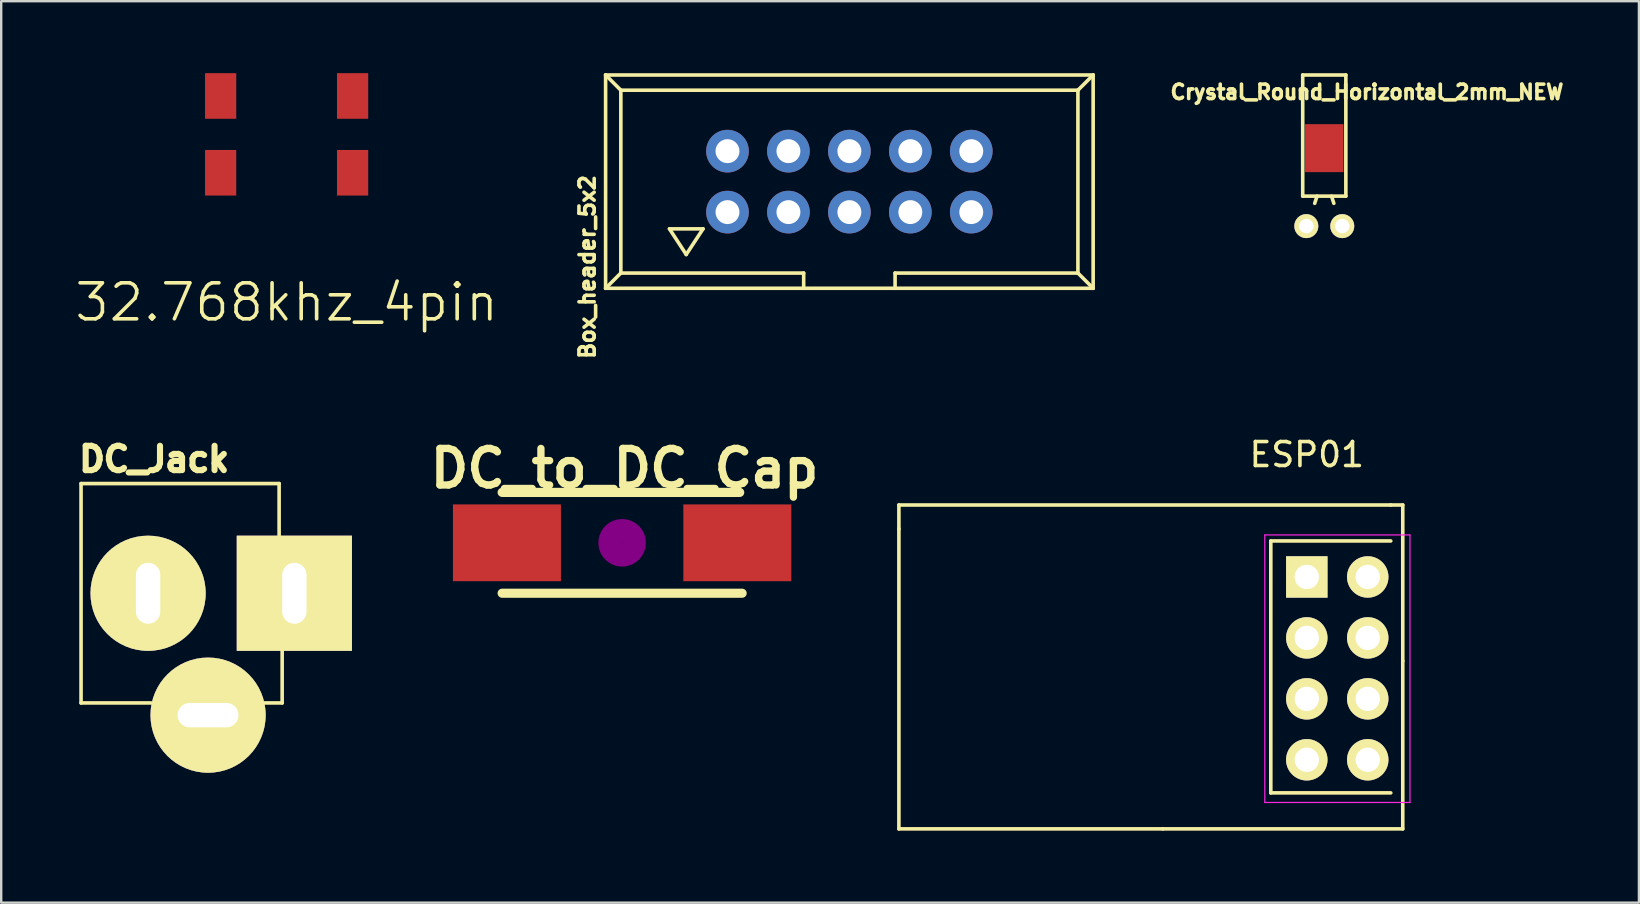
<source format=kicad_pcb>
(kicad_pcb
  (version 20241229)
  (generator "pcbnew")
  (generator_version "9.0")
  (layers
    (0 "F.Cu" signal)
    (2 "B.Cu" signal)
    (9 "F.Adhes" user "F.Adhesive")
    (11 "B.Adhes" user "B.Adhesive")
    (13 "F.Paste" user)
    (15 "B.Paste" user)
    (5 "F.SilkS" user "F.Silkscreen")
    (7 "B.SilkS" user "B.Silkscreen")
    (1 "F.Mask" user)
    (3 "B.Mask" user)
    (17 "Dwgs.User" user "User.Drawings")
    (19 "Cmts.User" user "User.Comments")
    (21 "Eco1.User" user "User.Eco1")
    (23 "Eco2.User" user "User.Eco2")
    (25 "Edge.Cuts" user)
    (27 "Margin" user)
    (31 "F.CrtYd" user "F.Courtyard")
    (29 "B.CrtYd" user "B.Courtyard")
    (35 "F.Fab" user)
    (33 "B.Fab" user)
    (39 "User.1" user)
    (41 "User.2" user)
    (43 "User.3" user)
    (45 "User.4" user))
  (footprint "DC_Jack"
    (layer "F.Cu")
    (at 3.122 21.676)
    (property "Reference" "DC_Jack" (at 0.254 -5.588 0) (layer "F.SilkS") (effects (font (size 1.016 1.016) (thickness 0.254))))
    (attr through_hole)
    (fp_line (start -2.794 -4.572) (end -2.794 4.572) (stroke (width 0.15) (type solid)) (layer "F.SilkS"))
    (fp_line (start -2.794 -4.572) (end 5.461 -4.572) (stroke (width 0.15) (type solid)) (layer "F.SilkS"))
    (fp_line (start -2.794 4.572) (end 0.127 4.572) (stroke (width 0.15) (type solid)) (layer "F.SilkS"))
    (fp_line (start 5.461 -4.572) (end 5.461 -2.413) (stroke (width 0.15) (type solid)) (layer "F.SilkS"))
    (fp_line (start 5.588 2.413) (end 5.588 4.572) (stroke (width 0.15) (type solid)) (layer "F.SilkS"))
    (fp_line (start 5.588 4.572) (end 4.826 4.572) (stroke (width 0.15) (type solid)) (layer "F.SilkS"))
    (pad "1" thru_hole rect (at 6.096 0) (size 4.801 4.801) (drill oval 1.016 2.54) (layers "*.Cu" "*.Mask" "F.SilkS"))
    (pad "2" thru_hole circle (at 0 0) (size 4.801 4.801) (drill oval 1.016 2.54) (layers "*.Cu" "*.Mask" "F.SilkS"))
    (pad "3" thru_hole circle (at 2.5 5.08) (size 4.801 4.801) (drill oval 2.54 1.016) (layers "*.Cu" "*.Mask" "F.SilkS")))
  (footprint "Crystal_Round_Horizontal_2mm_NEW"
    (layer "F.Cu")
    (at 52.143 6.374)
    (property "Reference" "Crystal_Round_Horizontal_2mm_NEW" (at 1.778 -5.588 0) (layer "F.SilkS") (effects (font (size 0.6 0.6) (thickness 0.15))))
    (attr through_hole)
    (fp_line (start -0.899 -6.299) (end -0.899 -1.25) (stroke (width 0.15) (type solid)) (layer "F.SilkS"))
    (fp_line (start -0.3 -1.25) (end -0.399 -0.95) (stroke (width 0.15) (type solid)) (layer "F.SilkS"))
    (fp_line (start 0.3 -1.25) (end 0.399 -0.95) (stroke (width 0.15) (type solid)) (layer "F.SilkS"))
    (fp_line (start 0.899 -6.299) (end -0.899 -6.299) (stroke (width 0.15) (type solid)) (layer "F.SilkS"))
    (fp_line (start 0.899 -1.25) (end -0.899 -1.25) (stroke (width 0.15) (type solid)) (layer "F.SilkS"))
    (fp_line (start 0.899 -1.25) (end 0.899 -6.299) (stroke (width 0.15) (type solid)) (layer "F.SilkS"))
    (pad "" smd rect (at 0 -3.25) (size 1.6 2) (layers "F.Cu" "F.Mask" "F.Paste"))
    (pad "1" thru_hole circle (at -0.749 0) (size 1.001 1.001) (drill 0.599) (layers "*.Cu" "*.Mask" "F.SilkS"))
    (pad "2" thru_hole circle (at 0.749 0) (size 1.001 1.001) (drill 0.599) (layers "*.Cu" "*.Mask" "F.SilkS")))
  (footprint "ESP01"
    (layer "F.Cu")
    (at 51.414 20.996)
    (property "Reference" "ESP01" (at 0 -5.1 0) (layer "F.SilkS") (effects (font (size 1 1) (thickness 0.15))))
    (attr through_hole)
    (fp_line (start -17 -3) (end 3.5 -3) (stroke (width 0.15) (type solid)) (layer "F.SilkS"))
    (fp_line (start -17 -2) (end -17 -3) (stroke (width 0.15) (type solid)) (layer "F.SilkS"))
    (fp_line (start -17 10.5) (end -17 -2) (stroke (width 0.15) (type solid)) (layer "F.SilkS"))
    (fp_line (start -6 10.5) (end -17 10.5) (stroke (width 0.15) (type solid)) (layer "F.SilkS"))
    (fp_line (start -1.5 -1.5) (end -1.5 9) (stroke (width 0.15) (type solid)) (layer "F.SilkS"))
    (fp_line (start -1.5 -1.5) (end 3.5 -1.5) (stroke (width 0.15) (type solid)) (layer "F.SilkS"))
    (fp_line (start -1.5 9) (end 3.5 9) (stroke (width 0.15) (type solid)) (layer "F.SilkS"))
    (fp_line (start 4 -3) (end 3.5 -3) (stroke (width 0.15) (type solid)) (layer "F.SilkS"))
    (fp_line (start 4 3.5) (end 4 -3) (stroke (width 0.15) (type solid)) (layer "F.SilkS"))
    (fp_line (start 4 3.5) (end 4 10.5) (stroke (width 0.15) (type solid)) (layer "F.SilkS"))
    (fp_line (start 4 10.5) (end -6 10.5) (stroke (width 0.15) (type solid)) (layer "F.SilkS"))
    (fp_line (start -1.75 -1.75) (end -1.75 9.4) (stroke (width 0.05) (type solid)) (layer "F.CrtYd"))
    (fp_line (start -1.75 -1.75) (end 4.3 -1.75) (stroke (width 0.05) (type solid)) (layer "F.CrtYd"))
    (fp_line (start -1.75 9.4) (end 4.3 9.4) (stroke (width 0.05) (type solid)) (layer "F.CrtYd"))
    (fp_line (start 4.3 -1.75) (end 4.3 9.4) (stroke (width 0.05) (type solid)) (layer "F.CrtYd"))
    (pad "1" thru_hole rect (at 0 0) (size 1.727 1.727) (drill 1.016) (layers "*.Cu" "*.Mask" "F.SilkS"))
    (pad "2" thru_hole oval (at 2.54 0) (size 1.727 1.727) (drill 1.016) (layers "*.Cu" "*.Mask" "F.SilkS"))
    (pad "3" thru_hole oval (at 0 2.54) (size 1.727 1.727) (drill 1.016) (layers "*.Cu" "*.Mask" "F.SilkS"))
    (pad "4" thru_hole oval (at 2.54 2.54) (size 1.727 1.727) (drill 1.016) (layers "*.Cu" "*.Mask" "F.SilkS"))
    (pad "5" thru_hole oval (at 0 5.08) (size 1.727 1.727) (drill 1.016) (layers "*.Cu" "*.Mask" "F.SilkS"))
    (pad "6" thru_hole oval (at 2.54 5.08) (size 1.727 1.727) (drill 1.016) (layers "*.Cu" "*.Mask" "F.SilkS"))
    (pad "7" thru_hole oval (at 0 7.62) (size 1.727 1.727) (drill 1.016) (layers "*.Cu" "*.Mask" "F.SilkS"))
    (pad "8" thru_hole oval (at 2.54 7.62) (size 1.727 1.727) (drill 1.016) (layers "*.Cu" "*.Mask" "F.SilkS")))
  (footprint "DC_to_DC_Cap"
    (layer "F.Cu")
    (at 22.879 19.573)
    (property "Reference" "DC_to_DC_Cap" (at 0.099 -3.099 0) (layer "F.SilkS") (effects (font (size 1.524 1.524) (thickness 0.305))))
    (attr through_hole)
    (fp_line (start -5.001 2.101) (end 5.001 2.101) (stroke (width 0.381) (type solid)) (layer "F.SilkS"))
    (fp_line (start -1.501 -2.101) (end -5.001 -2.101) (stroke (width 0.381) (type solid)) (layer "F.SilkS"))
    (fp_line (start 4.9 -2.101) (end -1.501 -2.101) (stroke (width 0.381) (type solid)) (layer "F.SilkS"))
    (fp_circle (center 0 0) (end 0.201 0) (stroke (width 0.381) (type solid)) (fill no) (layer "F.Adhes"))
    (fp_circle (center 0 0) (end 0.5 0) (stroke (width 0.381) (type solid)) (fill no) (layer "F.Adhes"))
    (fp_circle (center 0 0) (end 0.8 0) (stroke (width 0.381) (type solid)) (fill no) (layer "F.Adhes"))
    (pad "1" smd rect (at -4.801 0) (size 4.501 3.2) (layers "F.Cu" "F.Mask" "F.Paste"))
    (pad "2" smd rect (at 4.801 0) (size 4.501 3.2) (layers "F.Cu" "F.Mask" "F.Paste")))
  (footprint "32.768khz_4pin"
    (layer "F.Cu")
    (at 8.896 2.55)
    (property "Reference" "32.768khz_4pin" (at 0 7 0) (layer "F.SilkS") (effects (font (size 1.5 1.5) (thickness 0.15))))
    (attr through_hole)
    (pad "1" smd rect (at -2.75 1.6) (size 1.3 1.9) (layers "F.Cu" "F.Mask" "F.Paste"))
    (pad "2" smd rect (at 2.75 1.6) (size 1.3 1.9) (layers "F.Cu" "F.Mask" "F.Paste"))
    (pad "3" smd rect (at 2.75 -1.6) (size 1.3 1.9) (layers "F.Cu" "F.Mask" "F.Paste"))
    (pad "4" smd rect (at -2.75 -1.6) (size 1.3 1.9) (layers "F.Cu" "F.Mask" "F.Paste")))
  (footprint "Box_header_5x2"
    (layer "F.Cu")
    (at 32.35 4.52)
    (property "Reference" "Box_header_5x2" (at -10.922 3.556 90) (layer "F.SilkS") (effects (font (size 0.635 0.635) (thickness 0.15))))
    (attr exclude_from_pos_files exclude_from_bom)
    (fp_line (start -10.16 -4.445) (end -10.16 4.445) (stroke (width 0.15) (type solid)) (layer "F.SilkS"))
    (fp_line (start -10.16 4.445) (end 10.16 4.445) (stroke (width 0.15) (type solid)) (layer "F.SilkS"))
    (fp_line (start -9.525 -3.81) (end -10.16 -4.445) (stroke (width 0.15) (type solid)) (layer "F.SilkS"))
    (fp_line (start -9.525 -3.81) (end -9.525 3.81) (stroke (width 0.15) (type solid)) (layer "F.SilkS"))
    (fp_line (start -9.525 3.81) (end -10.16 4.445) (stroke (width 0.15) (type solid)) (layer "F.SilkS"))
    (fp_line (start -9.525 3.81) (end -1.905 3.81) (stroke (width 0.15) (type solid)) (layer "F.SilkS"))
    (fp_line (start -7.498 1.968) (end -6.8 3.038) (stroke (width 0.15) (type solid)) (layer "F.SilkS"))
    (fp_line (start -6.8 3.038) (end -6.099 1.968) (stroke (width 0.15) (type solid)) (layer "F.SilkS"))
    (fp_line (start -6.099 1.968) (end -7.498 1.968) (stroke (width 0.15) (type solid)) (layer "F.SilkS"))
    (fp_line (start -1.905 3.81) (end -1.905 4.445) (stroke (width 0.15) (type solid)) (layer "F.SilkS"))
    (fp_line (start 1.905 3.81) (end 9.525 3.81) (stroke (width 0.15) (type solid)) (layer "F.SilkS"))
    (fp_line (start 1.905 4.445) (end 1.905 3.81) (stroke (width 0.15) (type solid)) (layer "F.SilkS"))
    (fp_line (start 9.525 -3.81) (end -9.525 -3.81) (stroke (width 0.15) (type solid)) (layer "F.SilkS"))
    (fp_line (start 9.525 -3.81) (end 10.16 -4.445) (stroke (width 0.15) (type solid)) (layer "F.SilkS"))
    (fp_line (start 9.525 3.81) (end 9.525 -3.81) (stroke (width 0.15) (type solid)) (layer "F.SilkS"))
    (fp_line (start 9.525 3.81) (end 10.16 4.445) (stroke (width 0.15) (type solid)) (layer "F.SilkS"))
    (fp_line (start 10.16 -4.445) (end -10.16 -4.445) (stroke (width 0.15) (type solid)) (layer "F.SilkS"))
    (fp_line (start 10.16 -4.445) (end 10.16 4.445) (stroke (width 0.15) (type solid)) (layer "F.SilkS"))
    (pad "1" thru_hole circle (at -5.08 1.27) (size 1.778 1.778) (drill 0.998) (layers "*.Cu" "*.Mask"))
    (pad "2" thru_hole circle (at -5.08 -1.27) (size 1.778 1.778) (drill 0.998) (layers "*.Cu" "*.Mask"))
    (pad "3" thru_hole circle (at -2.54 1.27) (size 1.778 1.778) (drill 0.998) (layers "*.Cu" "*.Mask"))
    (pad "4" thru_hole circle (at -2.54 -1.27) (size 1.778 1.778) (drill 0.998) (layers "*.Cu" "*.Mask"))
    (pad "5" thru_hole circle (at 0 1.27) (size 1.778 1.778) (drill 0.998) (layers "*.Cu" "*.Mask"))
    (pad "6" thru_hole circle (at 0 -1.27) (size 1.778 1.778) (drill 0.998) (layers "*.Cu" "*.Mask"))
    (pad "7" thru_hole circle (at 2.54 1.27) (size 1.778 1.778) (drill 0.998) (layers "*.Cu" "*.Mask"))
    (pad "8" thru_hole circle (at 2.54 -1.27) (size 1.778 1.778) (drill 0.998) (layers "*.Cu" "*.Mask"))
    (pad "9" thru_hole circle (at 5.08 1.27) (size 1.778 1.778) (drill 0.998) (layers "*.Cu" "*.Mask"))
    (pad "10" thru_hole circle (at 5.08 -1.27) (size 1.778 1.778) (drill 0.998) (layers "*.Cu" "*.Mask")))
  (gr_rect
    (start -3 -3)
    (end 65.257 34.571)
    (stroke (width 0.1) (type default))
    (fill no)
    (layer "Edge.Cuts")))
</source>
